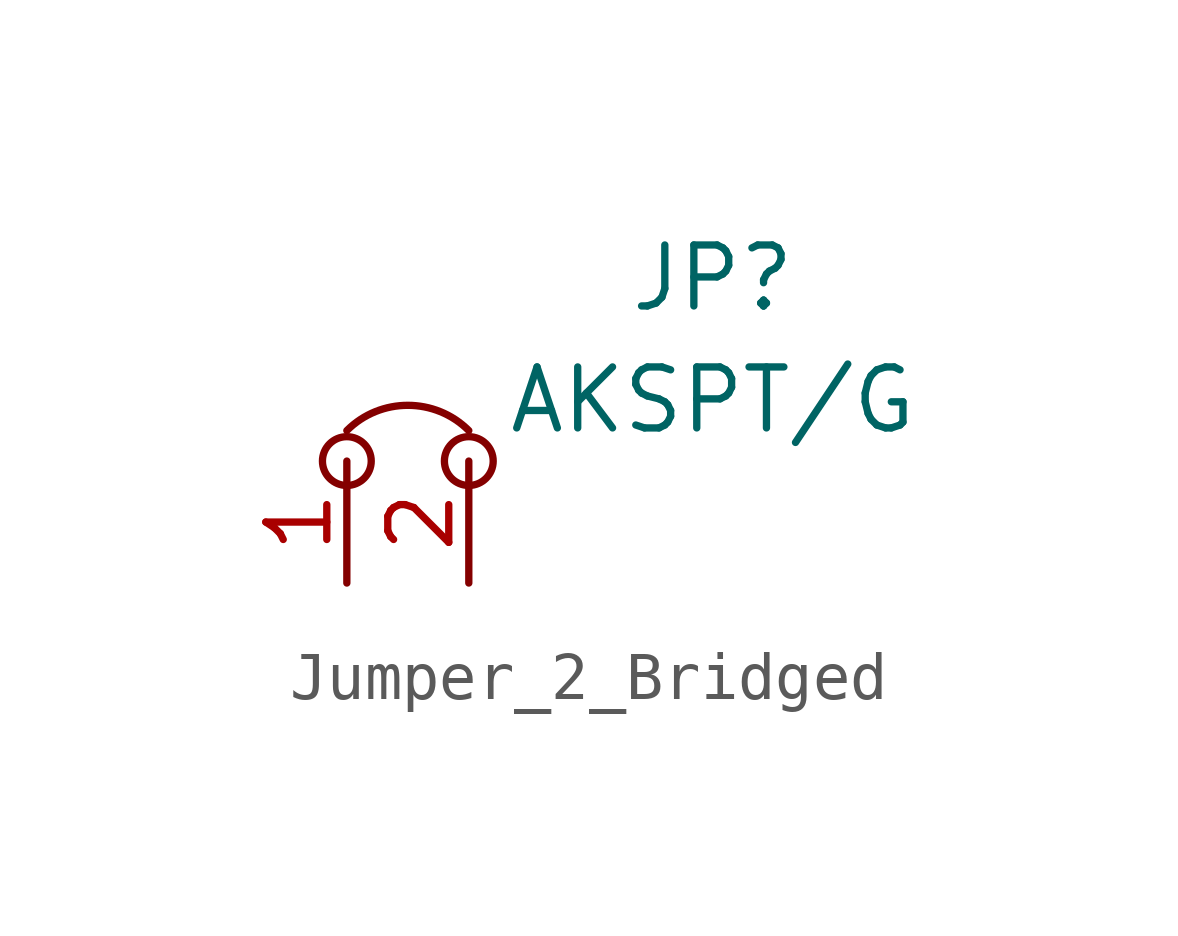
<source format=kicad_sym>
(kicad_symbol_lib
  (version 20231120)
  (generator "kicad_symbol_editor")
  (generator_version "8.0")
  (symbol "Jumper_2_Bridged"
    (pin_names
      (offset 0) hide)
    (property "Reference" "JP"
      (at 6.35 3.81 0)
      (effects (font (size 1.27 1.27))))
    (property "Value" "AKSPT/G"
      (at 6.35 1.27 0)
      (effects (font (size 1.27 1.27))))
    (symbol "Jumper_2_Bridged_0_0"
      (circle (center -1.27 0) (radius 0.508) (stroke (width 0) (type default)) (fill (type none)))
      (circle (center 1.27 0) (radius 0.508) (stroke (width 0) (type default)) (fill (type none))))
    (symbol "Jumper_2_Bridged_0_1"
      (arc (start 1.27 0.635) (mid 0 1.161) (end -1.27 0.635) (stroke (width 0) (type default)) (fill (type none))))
    (symbol "Jumper_2_Bridged_1_1"
      (pin passive line (at -1.27 -2.54 90) (length 2.54) (name "A" (effects (font (size 1.27 1.27)))) (number "1" (effects (font (size 1.27 1.27)))))
      (pin passive line (at 1.27 -2.54 90) (length 2.54) (name "B" (effects (font (size 1.27 1.27)))) (number "2" (effects (font (size 1.27 1.27))))))))
</source>
